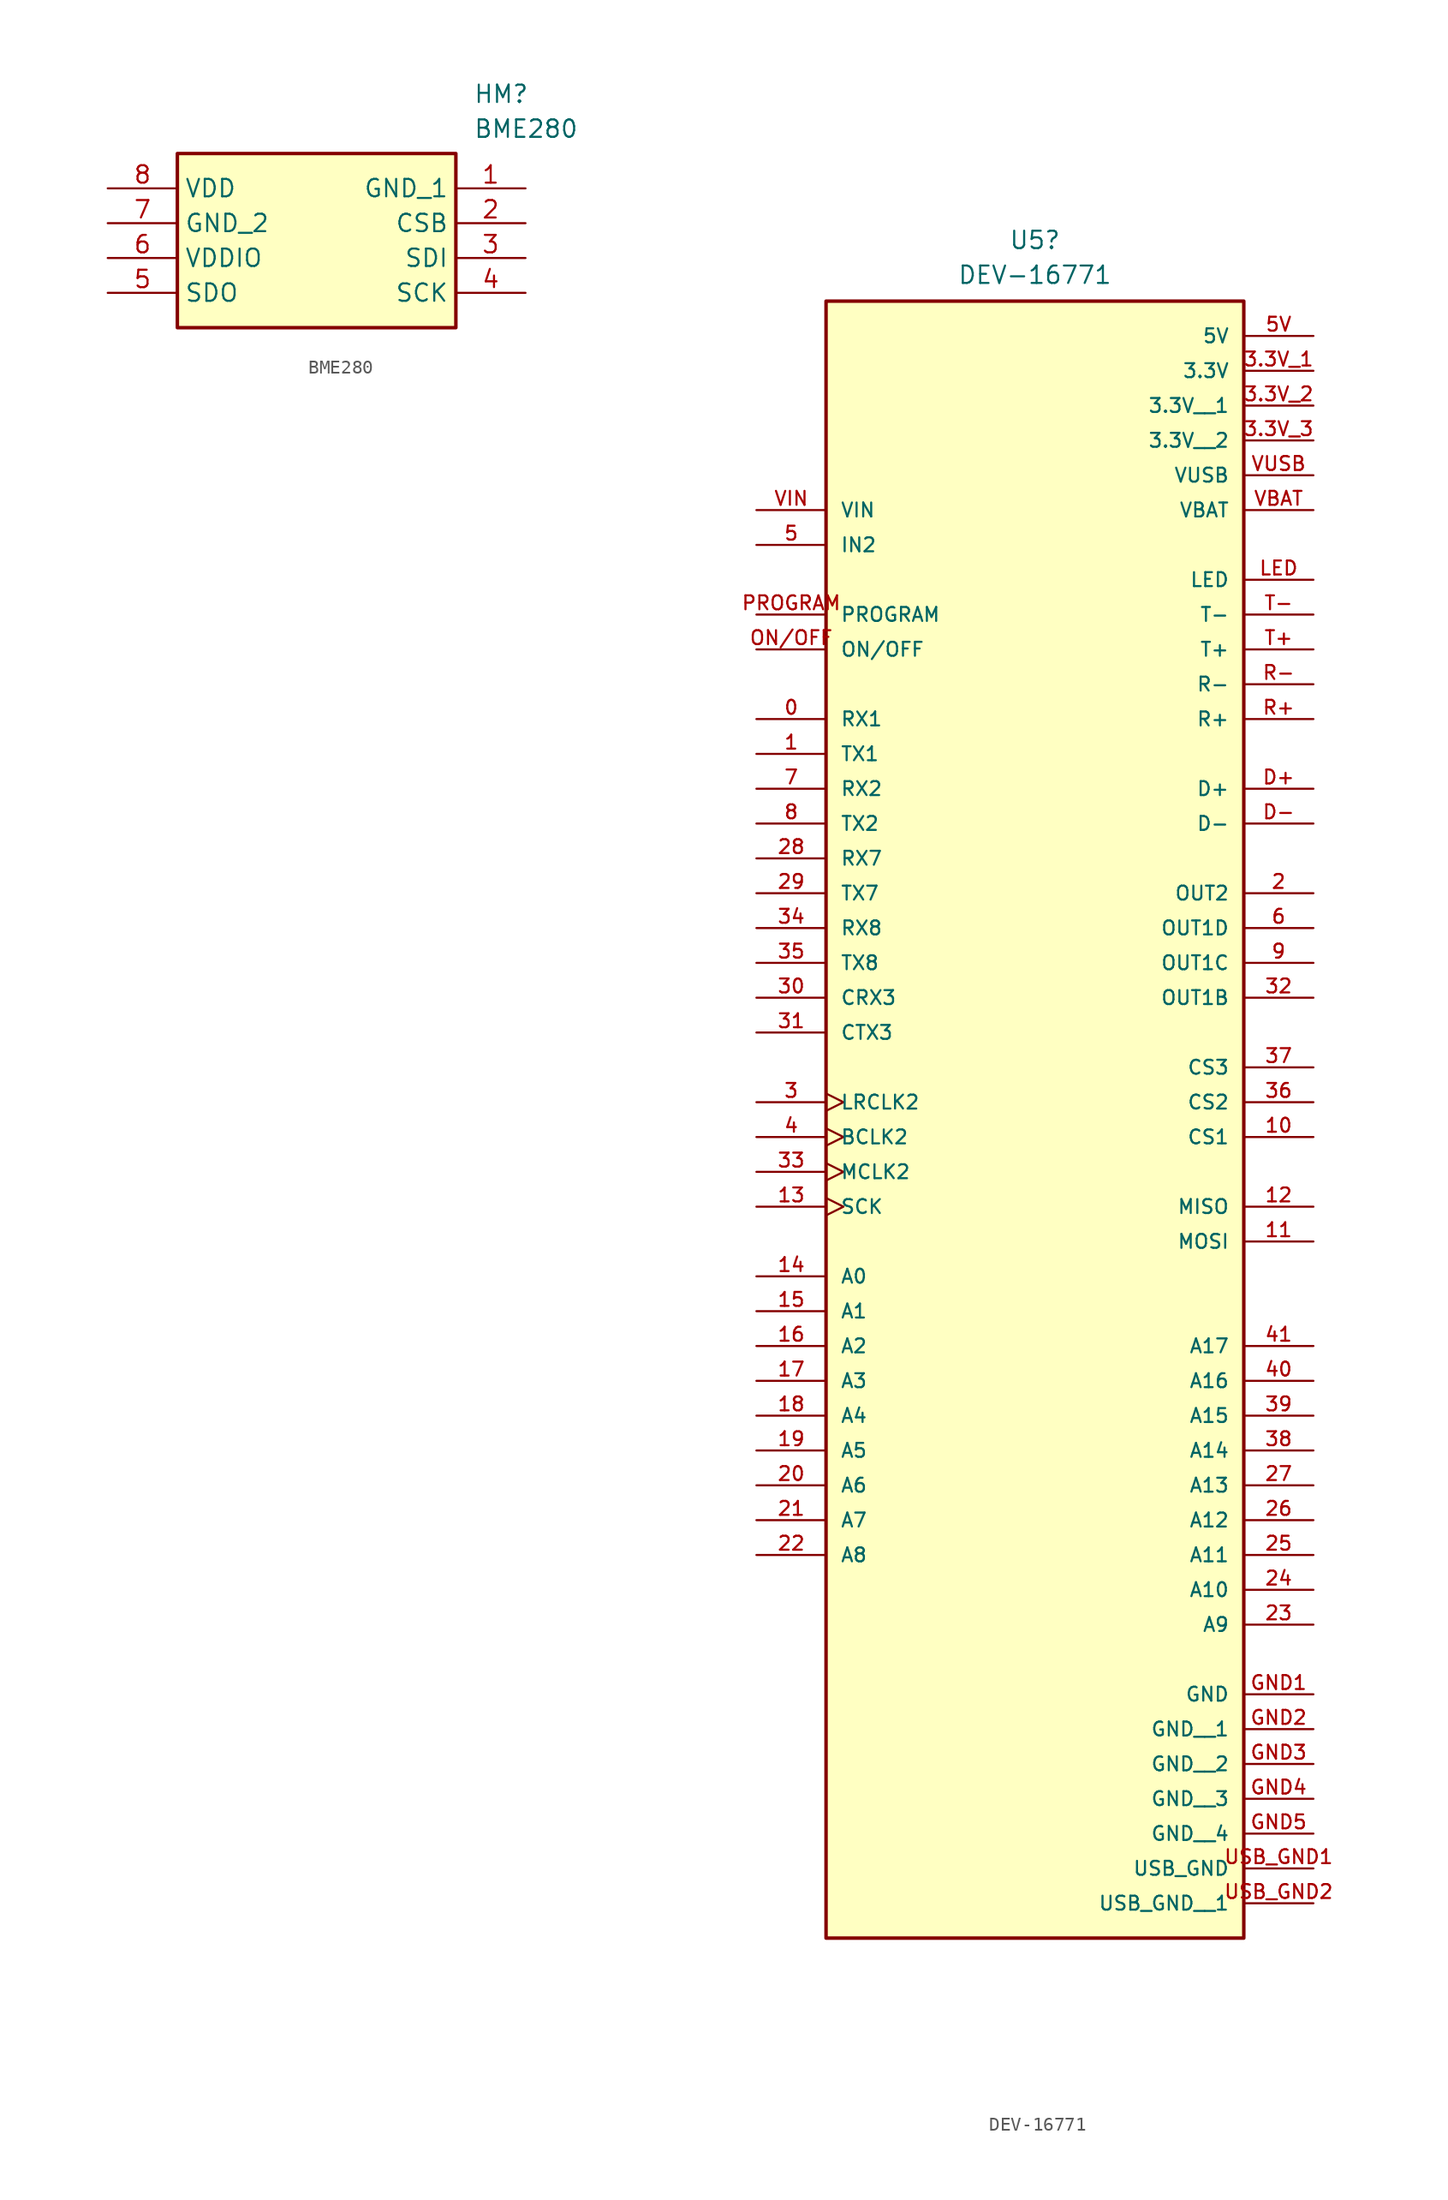
<source format=kicad_sym>
(kicad_symbol_lib
  (version 20220914)
  (generator kicad_symbol_editor)
  (symbol "BME280"
    (property "Reference" "HM"
      (at 26.67 7.62 0)
      (effects (font (size 1.27 1.27)) (justify left top)))
    (property "Value" "BME280"
      (at 26.67 5.08 0)
      (effects (font (size 1.27 1.27)) (justify left top)))
    (symbol "BME280_1_1"
      (rectangle (start 5.08 2.54) (end 25.4 -10.16) (stroke (width 0.254) (type default)) (fill (type background)))
      (pin power_in line (at 30.48 0 180) (length 5.08) (name "GND_1" (effects (font (size 1.27 1.27)))) (number "1" (effects (font (size 1.27 1.27)))))
      (pin input line (at 30.48 -2.54 180) (length 5.08) (name "CSB" (effects (font (size 1.27 1.27)))) (number "2" (effects (font (size 1.27 1.27)))))
      (pin passive line (at 30.48 -5.08 180) (length 5.08) (name "SDI" (effects (font (size 1.27 1.27)))) (number "3" (effects (font (size 1.27 1.27)))))
      (pin passive line (at 30.48 -7.62 180) (length 5.08) (name "SCK" (effects (font (size 1.27 1.27)))) (number "4" (effects (font (size 1.27 1.27)))))
      (pin passive line (at 0 -7.62 0) (length 5.08) (name "SDO" (effects (font (size 1.27 1.27)))) (number "5" (effects (font (size 1.27 1.27)))))
      (pin power_in line (at 0 -5.08 0) (length 5.08) (name "VDDIO" (effects (font (size 1.27 1.27)))) (number "6" (effects (font (size 1.27 1.27)))))
      (pin power_in line (at 0 -2.54 0) (length 5.08) (name "GND_2" (effects (font (size 1.27 1.27)))) (number "7" (effects (font (size 1.27 1.27)))))
      (pin power_in line (at 0 0 0) (length 5.08) (name "VDD" (effects (font (size 1.27 1.27)))) (number "8" (effects (font (size 1.27 1.27)))))))
  (symbol "DEV-16771"
    (pin_names
      (offset 1.016))
    (property "Reference" "U5"
      (at 0 55.245 0)
      (effects (font (size 1.27 1.27))))
    (property "Value" "DEV-16771"
      (at 0 52.705 0)
      (effects (font (size 1.27 1.27))))
    (symbol "DEV-16771_0_0"
      (rectangle (start -15.24 -68.58) (end 15.24 50.8) (stroke (width 0.254) (type default)) (fill (type background)))
      (pin bidirectional line (at -20.32 20.32 0) (length 5.08) (name "RX1" (effects (font (size 1.016 1.016)))) (number "0" (effects (font (size 1.016 1.016)))))
      (pin bidirectional line (at -20.32 17.78 0) (length 5.08) (name "TX1" (effects (font (size 1.016 1.016)))) (number "1" (effects (font (size 1.016 1.016)))))
      (pin bidirectional line (at 20.32 -10.16 180) (length 5.08) (name "CS1" (effects (font (size 1.016 1.016)))) (number "10" (effects (font (size 1.016 1.016)))))
      (pin bidirectional line (at 20.32 -17.78 180) (length 5.08) (name "MOSI" (effects (font (size 1.016 1.016)))) (number "11" (effects (font (size 1.016 1.016)))))
      (pin bidirectional line (at 20.32 -15.24 180) (length 5.08) (name "MISO" (effects (font (size 1.016 1.016)))) (number "12" (effects (font (size 1.016 1.016)))))
      (pin bidirectional clock (at -20.32 -15.24 0) (length 5.08) (name "SCK" (effects (font (size 1.016 1.016)))) (number "13" (effects (font (size 1.016 1.016)))))
      (pin bidirectional line (at -20.32 -20.32 0) (length 5.08) (name "A0" (effects (font (size 1.016 1.016)))) (number "14" (effects (font (size 1.016 1.016)))))
      (pin bidirectional line (at -20.32 -22.86 0) (length 5.08) (name "A1" (effects (font (size 1.016 1.016)))) (number "15" (effects (font (size 1.016 1.016)))))
      (pin bidirectional line (at -20.32 -25.4 0) (length 5.08) (name "A2" (effects (font (size 1.016 1.016)))) (number "16" (effects (font (size 1.016 1.016)))))
      (pin bidirectional line (at -20.32 -27.94 0) (length 5.08) (name "A3" (effects (font (size 1.016 1.016)))) (number "17" (effects (font (size 1.016 1.016)))))
      (pin bidirectional line (at -20.32 -30.48 0) (length 5.08) (name "A4" (effects (font (size 1.016 1.016)))) (number "18" (effects (font (size 1.016 1.016)))))
      (pin bidirectional line (at -20.32 -33.02 0) (length 5.08) (name "A5" (effects (font (size 1.016 1.016)))) (number "19" (effects (font (size 1.016 1.016)))))
      (pin output line (at 20.32 7.62 180) (length 5.08) (name "OUT2" (effects (font (size 1.016 1.016)))) (number "2" (effects (font (size 1.016 1.016)))))
      (pin bidirectional line (at -20.32 -35.56 0) (length 5.08) (name "A6" (effects (font (size 1.016 1.016)))) (number "20" (effects (font (size 1.016 1.016)))))
      (pin bidirectional line (at -20.32 -38.1 0) (length 5.08) (name "A7" (effects (font (size 1.016 1.016)))) (number "21" (effects (font (size 1.016 1.016)))))
      (pin bidirectional line (at -20.32 -40.64 0) (length 5.08) (name "A8" (effects (font (size 1.016 1.016)))) (number "22" (effects (font (size 1.016 1.016)))))
      (pin bidirectional line (at 20.32 -45.72 180) (length 5.08) (name "A9" (effects (font (size 1.016 1.016)))) (number "23" (effects (font (size 1.016 1.016)))))
      (pin bidirectional line (at 20.32 -43.18 180) (length 5.08) (name "A10" (effects (font (size 1.016 1.016)))) (number "24" (effects (font (size 1.016 1.016)))))
      (pin bidirectional line (at 20.32 -40.64 180) (length 5.08) (name "A11" (effects (font (size 1.016 1.016)))) (number "25" (effects (font (size 1.016 1.016)))))
      (pin bidirectional line (at 20.32 -38.1 180) (length 5.08) (name "A12" (effects (font (size 1.016 1.016)))) (number "26" (effects (font (size 1.016 1.016)))))
      (pin bidirectional line (at 20.32 -35.56 180) (length 5.08) (name "A13" (effects (font (size 1.016 1.016)))) (number "27" (effects (font (size 1.016 1.016)))))
      (pin bidirectional line (at -20.32 10.16 0) (length 5.08) (name "RX7" (effects (font (size 1.016 1.016)))) (number "28" (effects (font (size 1.016 1.016)))))
      (pin bidirectional line (at -20.32 7.62 0) (length 5.08) (name "TX7" (effects (font (size 1.016 1.016)))) (number "29" (effects (font (size 1.016 1.016)))))
      (pin bidirectional clock (at -20.32 -7.62 0) (length 5.08) (name "LRCLK2" (effects (font (size 1.016 1.016)))) (number "3" (effects (font (size 1.016 1.016)))))
      (pin power_in line (at 20.32 45.72 180) (length 5.08) (name "3.3V" (effects (font (size 1.016 1.016)))) (number "3.3V_1" (effects (font (size 1.016 1.016)))))
      (pin power_in line (at 20.32 43.18 180) (length 5.08) (name "3.3V__1" (effects (font (size 1.016 1.016)))) (number "3.3V_2" (effects (font (size 1.016 1.016)))))
      (pin power_in line (at 20.32 40.64 180) (length 5.08) (name "3.3V__2" (effects (font (size 1.016 1.016)))) (number "3.3V_3" (effects (font (size 1.016 1.016)))))
      (pin bidirectional line (at -20.32 0 0) (length 5.08) (name "CRX3" (effects (font (size 1.016 1.016)))) (number "30" (effects (font (size 1.016 1.016)))))
      (pin bidirectional line (at -20.32 -2.54 0) (length 5.08) (name "CTX3" (effects (font (size 1.016 1.016)))) (number "31" (effects (font (size 1.016 1.016)))))
      (pin output line (at 20.32 0 180) (length 5.08) (name "OUT1B" (effects (font (size 1.016 1.016)))) (number "32" (effects (font (size 1.016 1.016)))))
      (pin bidirectional clock (at -20.32 -12.7 0) (length 5.08) (name "MCLK2" (effects (font (size 1.016 1.016)))) (number "33" (effects (font (size 1.016 1.016)))))
      (pin bidirectional line (at -20.32 5.08 0) (length 5.08) (name "RX8" (effects (font (size 1.016 1.016)))) (number "34" (effects (font (size 1.016 1.016)))))
      (pin bidirectional line (at -20.32 2.54 0) (length 5.08) (name "TX8" (effects (font (size 1.016 1.016)))) (number "35" (effects (font (size 1.016 1.016)))))
      (pin bidirectional line (at 20.32 -7.62 180) (length 5.08) (name "CS2" (effects (font (size 1.016 1.016)))) (number "36" (effects (font (size 1.016 1.016)))))
      (pin bidirectional line (at 20.32 -5.08 180) (length 5.08) (name "CS3" (effects (font (size 1.016 1.016)))) (number "37" (effects (font (size 1.016 1.016)))))
      (pin bidirectional line (at 20.32 -33.02 180) (length 5.08) (name "A14" (effects (font (size 1.016 1.016)))) (number "38" (effects (font (size 1.016 1.016)))))
      (pin bidirectional line (at 20.32 -30.48 180) (length 5.08) (name "A15" (effects (font (size 1.016 1.016)))) (number "39" (effects (font (size 1.016 1.016)))))
      (pin bidirectional clock (at -20.32 -10.16 0) (length 5.08) (name "BCLK2" (effects (font (size 1.016 1.016)))) (number "4" (effects (font (size 1.016 1.016)))))
      (pin bidirectional line (at 20.32 -27.94 180) (length 5.08) (name "A16" (effects (font (size 1.016 1.016)))) (number "40" (effects (font (size 1.016 1.016)))))
      (pin bidirectional line (at 20.32 -25.4 180) (length 5.08) (name "A17" (effects (font (size 1.016 1.016)))) (number "41" (effects (font (size 1.016 1.016)))))
      (pin bidirectional line (at -20.32 33.02 0) (length 5.08) (name "IN2" (effects (font (size 1.016 1.016)))) (number "5" (effects (font (size 1.016 1.016)))))
      (pin power_in line (at 20.32 48.26 180) (length 5.08) (name "5V" (effects (font (size 1.016 1.016)))) (number "5V" (effects (font (size 1.016 1.016)))))
      (pin output line (at 20.32 5.08 180) (length 5.08) (name "OUT1D" (effects (font (size 1.016 1.016)))) (number "6" (effects (font (size 1.016 1.016)))))
      (pin bidirectional line (at -20.32 15.24 0) (length 5.08) (name "RX2" (effects (font (size 1.016 1.016)))) (number "7" (effects (font (size 1.016 1.016)))))
      (pin bidirectional line (at -20.32 12.7 0) (length 5.08) (name "TX2" (effects (font (size 1.016 1.016)))) (number "8" (effects (font (size 1.016 1.016)))))
      (pin output line (at 20.32 2.54 180) (length 5.08) (name "OUT1C" (effects (font (size 1.016 1.016)))) (number "9" (effects (font (size 1.016 1.016)))))
      (pin bidirectional line (at 20.32 15.24 180) (length 5.08) (name "D+" (effects (font (size 1.016 1.016)))) (number "D+" (effects (font (size 1.016 1.016)))))
      (pin bidirectional line (at 20.32 12.7 180) (length 5.08) (name "D-" (effects (font (size 1.016 1.016)))) (number "D-" (effects (font (size 1.016 1.016)))))
      (pin power_in line (at 20.32 -50.8 180) (length 5.08) (name "GND" (effects (font (size 1.016 1.016)))) (number "GND1" (effects (font (size 1.016 1.016)))))
      (pin power_in line (at 20.32 -53.34 180) (length 5.08) (name "GND__1" (effects (font (size 1.016 1.016)))) (number "GND2" (effects (font (size 1.016 1.016)))))
      (pin power_in line (at 20.32 -55.88 180) (length 5.08) (name "GND__2" (effects (font (size 1.016 1.016)))) (number "GND3" (effects (font (size 1.016 1.016)))))
      (pin power_in line (at 20.32 -58.42 180) (length 5.08) (name "GND__3" (effects (font (size 1.016 1.016)))) (number "GND4" (effects (font (size 1.016 1.016)))))
      (pin power_in line (at 20.32 -60.96 180) (length 5.08) (name "GND__4" (effects (font (size 1.016 1.016)))) (number "GND5" (effects (font (size 1.016 1.016)))))
      (pin bidirectional line (at 20.32 30.48 180) (length 5.08) (name "LED" (effects (font (size 1.016 1.016)))) (number "LED" (effects (font (size 1.016 1.016)))))
      (pin bidirectional line (at -20.32 25.4 0) (length 5.08) (name "ON/OFF" (effects (font (size 1.016 1.016)))) (number "ON/OFF" (effects (font (size 1.016 1.016)))))
      (pin bidirectional line (at -20.32 27.94 0) (length 5.08) (name "PROGRAM" (effects (font (size 1.016 1.016)))) (number "PROGRAM" (effects (font (size 1.016 1.016)))))
      (pin bidirectional line (at 20.32 20.32 180) (length 5.08) (name "R+" (effects (font (size 1.016 1.016)))) (number "R+" (effects (font (size 1.016 1.016)))))
      (pin bidirectional line (at 20.32 22.86 180) (length 5.08) (name "R-" (effects (font (size 1.016 1.016)))) (number "R-" (effects (font (size 1.016 1.016)))))
      (pin bidirectional line (at 20.32 25.4 180) (length 5.08) (name "T+" (effects (font (size 1.016 1.016)))) (number "T+" (effects (font (size 1.016 1.016)))))
      (pin bidirectional line (at 20.32 27.94 180) (length 5.08) (name "T-" (effects (font (size 1.016 1.016)))) (number "T-" (effects (font (size 1.016 1.016)))))
      (pin power_in line (at 20.32 -63.5 180) (length 5.08) (name "USB_GND" (effects (font (size 1.016 1.016)))) (number "USB_GND1" (effects (font (size 1.016 1.016)))))
      (pin power_in line (at 20.32 -66.04 180) (length 5.08) (name "USB_GND__1" (effects (font (size 1.016 1.016)))) (number "USB_GND2" (effects (font (size 1.016 1.016)))))
      (pin passive line (at 20.32 35.56 180) (length 5.08) (name "VBAT" (effects (font (size 1.016 1.016)))) (number "VBAT" (effects (font (size 1.016 1.016)))))
      (pin input line (at -20.32 35.56 0) (length 5.08) (name "VIN" (effects (font (size 1.016 1.016)))) (number "VIN" (effects (font (size 1.016 1.016)))))
      (pin passive line (at 20.32 38.1 180) (length 5.08) (name "VUSB" (effects (font (size 1.016 1.016)))) (number "VUSB" (effects (font (size 1.016 1.016))))))))
</source>
